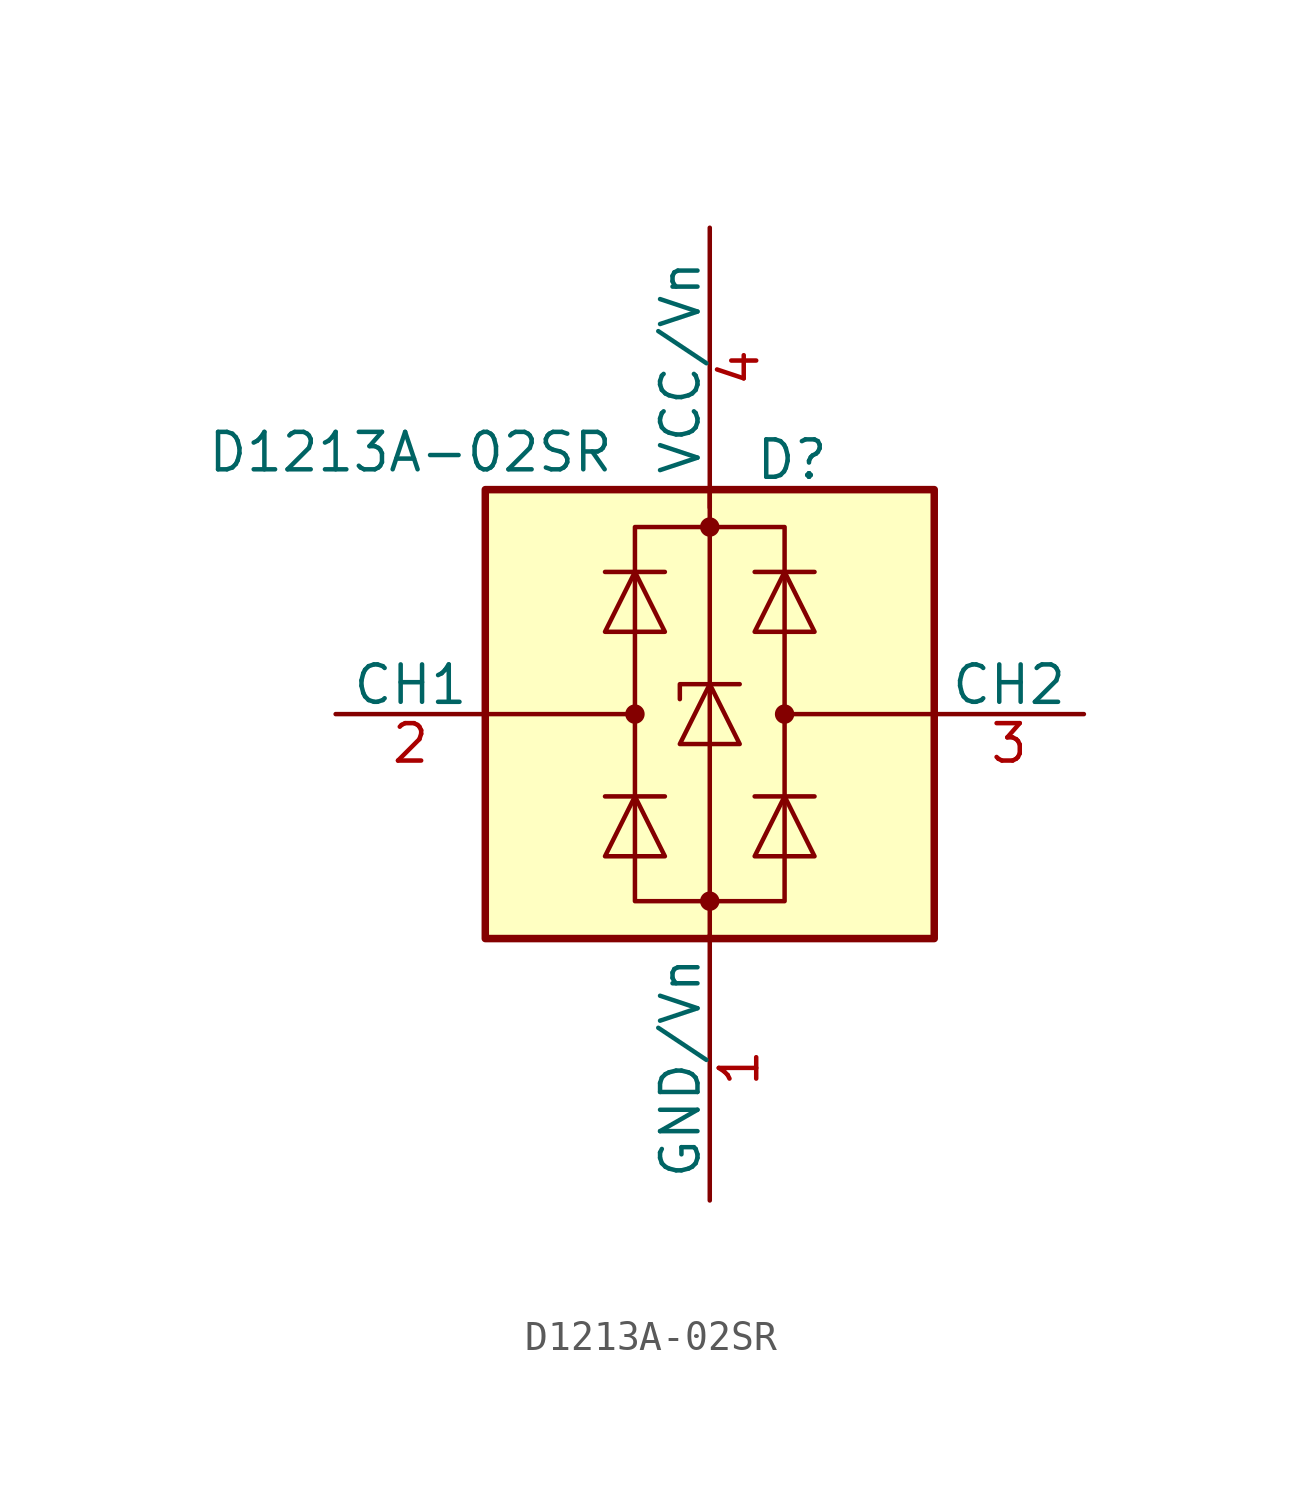
<source format=kicad_sym>
(kicad_symbol_lib
  (version 20211014)
  (generator kicad_symbol_editor)
  (symbol "D1213A-02SR"
    (pin_names
      (offset 0))
    (property "Reference" "D"
      (at 2.794 8.636 0)
      (effects (font (size 1.27 1.27))))
    (property "Value" "D1213A-02SR"
      (at -10.16 8.89 0)
      (effects (font (size 1.27 1.27))))
    (symbol "D1213A-02SR_0_1"
      (rectangle (start -7.62 -7.62) (end 7.62 7.62) (stroke (width 0.254) (type default) (color 0 0 0 0)) (fill (type background)))
      (circle (center -2.54 0) (radius 0.254) (stroke (width 0) (type default) (color 0 0 0 0)) (fill (type outline)))
      (rectangle (start -2.54 6.35) (end 2.54 -6.35) (stroke (width 0) (type default) (color 0 0 0 0)) (fill (type none)))
      (circle (center 0 -6.35) (radius 0.254) (stroke (width 0) (type default) (color 0 0 0 0)) (fill (type outline)))
      (polyline (pts (xy -2.54 0) (xy -7.62 0)) (stroke (width 0) (type default) (color 0 0 0 0)) (fill (type none)))
      (polyline (pts (xy -1.524 -2.794) (xy -3.556 -2.794)) (stroke (width 0) (type default) (color 0 0 0 0)) (fill (type none)))
      (polyline (pts (xy -1.524 4.826) (xy -3.556 4.826)) (stroke (width 0) (type default) (color 0 0 0 0)) (fill (type none)))
      (polyline (pts (xy 0 -7.62) (xy 0 7.62)) (stroke (width 0) (type default) (color 0 0 0 0)) (fill (type none)))
      (polyline (pts (xy 1.524 -2.794) (xy 3.556 -2.794)) (stroke (width 0) (type default) (color 0 0 0 0)) (fill (type none)))
      (polyline (pts (xy 1.524 4.826) (xy 3.556 4.826)) (stroke (width 0) (type default) (color 0 0 0 0)) (fill (type none)))
      (polyline (pts (xy 2.54 0) (xy 7.62 0)) (stroke (width 0) (type default) (color 0 0 0 0)) (fill (type none)))
      (polyline (pts (xy 1.016 1.016) (xy -1.016 1.016) (xy -1.016 0.508)) (stroke (width 0) (type default) (color 0 0 0 0)) (fill (type none)))
      (polyline (pts (xy -3.556 -4.826) (xy -1.524 -4.826) (xy -2.54 -2.794) (xy -3.556 -4.826)) (stroke (width 0) (type default) (color 0 0 0 0)) (fill (type none)))
      (polyline (pts (xy -3.556 2.794) (xy -1.524 2.794) (xy -2.54 4.826) (xy -3.556 2.794)) (stroke (width 0) (type default) (color 0 0 0 0)) (fill (type none)))
      (polyline (pts (xy -1.016 -1.016) (xy 1.016 -1.016) (xy 0 1.016) (xy -1.016 -1.016)) (stroke (width 0) (type default) (color 0 0 0 0)) (fill (type none)))
      (polyline (pts (xy 3.556 -4.826) (xy 1.524 -4.826) (xy 2.54 -2.794) (xy 3.556 -4.826)) (stroke (width 0) (type default) (color 0 0 0 0)) (fill (type none)))
      (polyline (pts (xy 3.556 2.794) (xy 1.524 2.794) (xy 2.54 4.826) (xy 3.556 2.794)) (stroke (width 0) (type default) (color 0 0 0 0)) (fill (type none)))
      (circle (center 0 6.35) (radius 0.254) (stroke (width 0) (type default) (color 0 0 0 0)) (fill (type outline)))
      (circle (center 2.54 0) (radius 0.254) (stroke (width 0) (type default) (color 0 0 0 0)) (fill (type outline))))
    (symbol "D1213A-02SR_1_1"
      (pin passive line (at 0 -16.51 90) (length 9) (name "GND/Vn" (effects (font (size 1.27 1.27)))) (number "1" (effects (font (size 1.27 1.27)))))
      (pin passive line (at -12.7 0 0) (length 5.08) (name "CH1" (effects (font (size 1.27 1.27)))) (number "2" (effects (font (size 1.27 1.27)))))
      (pin passive line (at 12.7 0 180) (length 5.08) (name "CH2" (effects (font (size 1.27 1.27)))) (number "3" (effects (font (size 1.27 1.27)))))
      (pin passive line (at 0 16.51 270) (length 9.5) (name "VCC/Vn" (effects (font (size 1.27 1.27)))) (number "4" (effects (font (size 1.27 1.27))))))))
</source>
